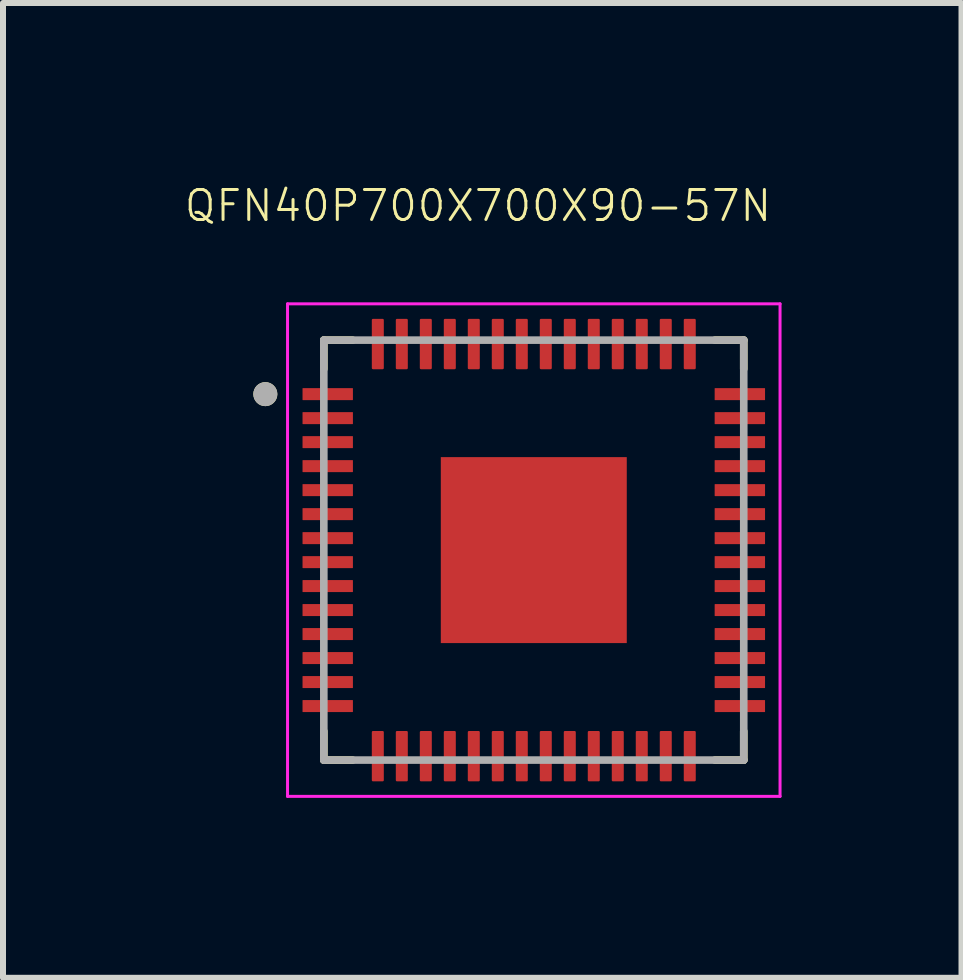
<source format=kicad_pcb>
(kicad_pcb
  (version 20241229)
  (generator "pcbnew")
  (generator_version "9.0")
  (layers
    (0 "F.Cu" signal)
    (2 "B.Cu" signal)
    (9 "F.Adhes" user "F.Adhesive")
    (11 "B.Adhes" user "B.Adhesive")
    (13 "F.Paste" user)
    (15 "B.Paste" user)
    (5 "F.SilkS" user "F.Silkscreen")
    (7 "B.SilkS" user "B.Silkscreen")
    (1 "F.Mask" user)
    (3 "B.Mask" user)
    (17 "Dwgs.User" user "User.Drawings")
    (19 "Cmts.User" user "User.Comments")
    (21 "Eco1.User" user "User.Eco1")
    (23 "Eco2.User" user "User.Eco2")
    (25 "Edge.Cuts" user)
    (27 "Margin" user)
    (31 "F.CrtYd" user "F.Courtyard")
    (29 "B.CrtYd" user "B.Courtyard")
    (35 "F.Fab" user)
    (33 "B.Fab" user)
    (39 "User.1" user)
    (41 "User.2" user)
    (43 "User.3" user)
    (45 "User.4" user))
  (footprint "QFN40P700X700X90-57N"
    (layer "F.Cu")
    (at 5.848 6.12)
    (property "Reference" "QFN40P700X700X90-57N" (at -0.93 -5.74 0) (layer "F.SilkS") (effects (font (size 0.5 0.5) (thickness 0.05))))
    (attr smd)
    (fp_line (start -3.5 -3.5) (end -3.5 -3.02) (stroke (width 0.127) (type solid)) (layer "F.SilkS"))
    (fp_line (start -3.5 -3.5) (end -3.02 -3.5) (stroke (width 0.127) (type solid)) (layer "F.SilkS"))
    (fp_line (start -3.5 3.5) (end -3.5 3.02) (stroke (width 0.127) (type solid)) (layer "F.SilkS"))
    (fp_line (start -3.5 3.5) (end -3.02 3.5) (stroke (width 0.127) (type solid)) (layer "F.SilkS"))
    (fp_line (start 3.5 -3.5) (end 3.02 -3.5) (stroke (width 0.127) (type solid)) (layer "F.SilkS"))
    (fp_line (start 3.5 -3.5) (end 3.5 -3.02) (stroke (width 0.127) (type solid)) (layer "F.SilkS"))
    (fp_line (start 3.5 3.5) (end 3.02 3.5) (stroke (width 0.127) (type solid)) (layer "F.SilkS"))
    (fp_line (start 3.5 3.5) (end 3.5 3.02) (stroke (width 0.127) (type solid)) (layer "F.SilkS"))
    (fp_circle (center -4.475 -2.6) (end -4.375 -2.6) (stroke (width 0.2) (type solid)) (fill no) (layer "F.SilkS"))
    (fp_poly (pts (xy -0.98 -0.98) (xy 0.98 -0.98) (xy 0.98 0.98) (xy -0.98 0.98)) (stroke (width 0.01) (type solid)) (fill yes) (layer "F.Paste"))
    (fp_line (start -4.105 -4.105) (end 4.105 -4.105) (stroke (width 0.05) (type solid)) (layer "F.CrtYd"))
    (fp_line (start -4.105 4.105) (end -4.105 -4.105) (stroke (width 0.05) (type solid)) (layer "F.CrtYd"))
    (fp_line (start -4.105 4.105) (end 4.105 4.105) (stroke (width 0.05) (type solid)) (layer "F.CrtYd"))
    (fp_line (start 4.105 4.105) (end 4.105 -4.105) (stroke (width 0.05) (type solid)) (layer "F.CrtYd"))
    (fp_line (start -3.5 3.5) (end -3.5 -3.5) (stroke (width 0.127) (type solid)) (layer "F.Fab"))
    (fp_line (start 3.5 -3.5) (end -3.5 -3.5) (stroke (width 0.127) (type solid)) (layer "F.Fab"))
    (fp_line (start 3.5 3.5) (end -3.5 3.5) (stroke (width 0.127) (type solid)) (layer "F.Fab"))
    (fp_line (start 3.5 3.5) (end 3.5 -3.5) (stroke (width 0.127) (type solid)) (layer "F.Fab"))
    (fp_circle (center -4.475 -2.6) (end -4.375 -2.6) (stroke (width 0.2) (type solid)) (fill no) (layer "F.Fab"))
    (pad "1" smd roundrect (at -3.435 -2.6) (size 0.84 0.2) (layers "F.Cu" "F.Mask" "F.Paste") (roundrect_rratio 0.03))
    (pad "2" smd roundrect (at -3.435 -2.2) (size 0.84 0.2) (layers "F.Cu" "F.Mask" "F.Paste") (roundrect_rratio 0.03))
    (pad "3" smd roundrect (at -3.435 -1.8) (size 0.84 0.2) (layers "F.Cu" "F.Mask" "F.Paste") (roundrect_rratio 0.03))
    (pad "4" smd roundrect (at -3.435 -1.4) (size 0.84 0.2) (layers "F.Cu" "F.Mask" "F.Paste") (roundrect_rratio 0.03))
    (pad "5" smd roundrect (at -3.435 -1) (size 0.84 0.2) (layers "F.Cu" "F.Mask" "F.Paste") (roundrect_rratio 0.03))
    (pad "6" smd roundrect (at -3.435 -0.6) (size 0.84 0.2) (layers "F.Cu" "F.Mask" "F.Paste") (roundrect_rratio 0.03))
    (pad "7" smd roundrect (at -3.435 -0.2) (size 0.84 0.2) (layers "F.Cu" "F.Mask" "F.Paste") (roundrect_rratio 0.03))
    (pad "8" smd roundrect (at -3.435 0.2) (size 0.84 0.2) (layers "F.Cu" "F.Mask" "F.Paste") (roundrect_rratio 0.03))
    (pad "9" smd roundrect (at -3.435 0.6) (size 0.84 0.2) (layers "F.Cu" "F.Mask" "F.Paste") (roundrect_rratio 0.03))
    (pad "10" smd roundrect (at -3.435 1) (size 0.84 0.2) (layers "F.Cu" "F.Mask" "F.Paste") (roundrect_rratio 0.03))
    (pad "11" smd roundrect (at -3.435 1.4) (size 0.84 0.2) (layers "F.Cu" "F.Mask" "F.Paste") (roundrect_rratio 0.03))
    (pad "12" smd roundrect (at -3.435 1.8) (size 0.84 0.2) (layers "F.Cu" "F.Mask" "F.Paste") (roundrect_rratio 0.03))
    (pad "13" smd roundrect (at -3.435 2.2) (size 0.84 0.2) (layers "F.Cu" "F.Mask" "F.Paste") (roundrect_rratio 0.03))
    (pad "14" smd roundrect (at -3.435 2.6) (size 0.84 0.2) (layers "F.Cu" "F.Mask" "F.Paste") (roundrect_rratio 0.03))
    (pad "15" smd roundrect (at -2.6 3.435) (size 0.2 0.84) (layers "F.Cu" "F.Mask" "F.Paste") (roundrect_rratio 0.1))
    (pad "16" smd roundrect (at -2.2 3.435) (size 0.2 0.84) (layers "F.Cu" "F.Mask" "F.Paste") (roundrect_rratio 0.1))
    (pad "17" smd roundrect (at -1.8 3.435) (size 0.2 0.84) (layers "F.Cu" "F.Mask" "F.Paste") (roundrect_rratio 0.1))
    (pad "18" smd roundrect (at -1.4 3.435) (size 0.2 0.84) (layers "F.Cu" "F.Mask" "F.Paste") (roundrect_rratio 0.1))
    (pad "19" smd roundrect (at -1 3.435) (size 0.2 0.84) (layers "F.Cu" "F.Mask" "F.Paste") (roundrect_rratio 0.1))
    (pad "20" smd roundrect (at -0.6 3.435) (size 0.2 0.84) (layers "F.Cu" "F.Mask" "F.Paste") (roundrect_rratio 0.1))
    (pad "21" smd roundrect (at -0.2 3.435) (size 0.2 0.84) (layers "F.Cu" "F.Mask" "F.Paste") (roundrect_rratio 0.1))
    (pad "22" smd roundrect (at 0.2 3.435) (size 0.2 0.84) (layers "F.Cu" "F.Mask" "F.Paste") (roundrect_rratio 0.1))
    (pad "23" smd roundrect (at 0.6 3.435) (size 0.2 0.84) (layers "F.Cu" "F.Mask" "F.Paste") (roundrect_rratio 0.1))
    (pad "24" smd roundrect (at 1 3.435) (size 0.2 0.84) (layers "F.Cu" "F.Mask" "F.Paste") (roundrect_rratio 0.1))
    (pad "25" smd roundrect (at 1.4 3.435) (size 0.2 0.84) (layers "F.Cu" "F.Mask" "F.Paste") (roundrect_rratio 0.1))
    (pad "26" smd roundrect (at 1.8 3.435) (size 0.2 0.84) (layers "F.Cu" "F.Mask" "F.Paste") (roundrect_rratio 0.1))
    (pad "27" smd roundrect (at 2.2 3.435) (size 0.2 0.84) (layers "F.Cu" "F.Mask" "F.Paste") (roundrect_rratio 0.1))
    (pad "28" smd roundrect (at 2.6 3.435) (size 0.2 0.84) (layers "F.Cu" "F.Mask" "F.Paste") (roundrect_rratio 0.1))
    (pad "29" smd roundrect (at 3.435 2.6) (size 0.84 0.2) (layers "F.Cu" "F.Mask" "F.Paste") (roundrect_rratio 0.03))
    (pad "30" smd roundrect (at 3.435 2.2) (size 0.84 0.2) (layers "F.Cu" "F.Mask" "F.Paste") (roundrect_rratio 0.03))
    (pad "31" smd roundrect (at 3.435 1.8) (size 0.84 0.2) (layers "F.Cu" "F.Mask" "F.Paste") (roundrect_rratio 0.03))
    (pad "32" smd roundrect (at 3.435 1.4) (size 0.84 0.2) (layers "F.Cu" "F.Mask" "F.Paste") (roundrect_rratio 0.03))
    (pad "33" smd roundrect (at 3.435 1) (size 0.84 0.2) (layers "F.Cu" "F.Mask" "F.Paste") (roundrect_rratio 0.03))
    (pad "34" smd roundrect (at 3.435 0.6) (size 0.84 0.2) (layers "F.Cu" "F.Mask" "F.Paste") (roundrect_rratio 0.03))
    (pad "35" smd roundrect (at 3.435 0.2) (size 0.84 0.2) (layers "F.Cu" "F.Mask" "F.Paste") (roundrect_rratio 0.03))
    (pad "36" smd roundrect (at 3.435 -0.2) (size 0.84 0.2) (layers "F.Cu" "F.Mask" "F.Paste") (roundrect_rratio 0.03))
    (pad "37" smd roundrect (at 3.435 -0.6) (size 0.84 0.2) (layers "F.Cu" "F.Mask" "F.Paste") (roundrect_rratio 0.03))
    (pad "38" smd roundrect (at 3.435 -1) (size 0.84 0.2) (layers "F.Cu" "F.Mask" "F.Paste") (roundrect_rratio 0.03))
    (pad "39" smd roundrect (at 3.435 -1.4) (size 0.84 0.2) (layers "F.Cu" "F.Mask" "F.Paste") (roundrect_rratio 0.03))
    (pad "40" smd roundrect (at 3.435 -1.8) (size 0.84 0.2) (layers "F.Cu" "F.Mask" "F.Paste") (roundrect_rratio 0.03))
    (pad "41" smd roundrect (at 3.435 -2.2) (size 0.84 0.2) (layers "F.Cu" "F.Mask" "F.Paste") (roundrect_rratio 0.03))
    (pad "42" smd roundrect (at 3.435 -2.6) (size 0.84 0.2) (layers "F.Cu" "F.Mask" "F.Paste") (roundrect_rratio 0.03))
    (pad "43" smd roundrect (at 2.6 -3.435) (size 0.2 0.84) (layers "F.Cu" "F.Mask" "F.Paste") (roundrect_rratio 0.1))
    (pad "44" smd roundrect (at 2.2 -3.435) (size 0.2 0.84) (layers "F.Cu" "F.Mask" "F.Paste") (roundrect_rratio 0.1))
    (pad "45" smd roundrect (at 1.8 -3.435) (size 0.2 0.84) (layers "F.Cu" "F.Mask" "F.Paste") (roundrect_rratio 0.1))
    (pad "46" smd roundrect (at 1.4 -3.435) (size 0.2 0.84) (layers "F.Cu" "F.Mask" "F.Paste") (roundrect_rratio 0.1))
    (pad "47" smd roundrect (at 1 -3.435) (size 0.2 0.84) (layers "F.Cu" "F.Mask" "F.Paste") (roundrect_rratio 0.1))
    (pad "48" smd roundrect (at 0.6 -3.435) (size 0.2 0.84) (layers "F.Cu" "F.Mask" "F.Paste") (roundrect_rratio 0.1))
    (pad "49" smd roundrect (at 0.2 -3.435) (size 0.2 0.84) (layers "F.Cu" "F.Mask" "F.Paste") (roundrect_rratio 0.1))
    (pad "50" smd roundrect (at -0.2 -3.435) (size 0.2 0.84) (layers "F.Cu" "F.Mask" "F.Paste") (roundrect_rratio 0.1))
    (pad "51" smd roundrect (at -0.6 -3.435) (size 0.2 0.84) (layers "F.Cu" "F.Mask" "F.Paste") (roundrect_rratio 0.1))
    (pad "52" smd roundrect (at -1 -3.435) (size 0.2 0.84) (layers "F.Cu" "F.Mask" "F.Paste") (roundrect_rratio 0.1))
    (pad "53" smd roundrect (at -1.4 -3.435) (size 0.2 0.84) (layers "F.Cu" "F.Mask" "F.Paste") (roundrect_rratio 0.1))
    (pad "54" smd roundrect (at -1.8 -3.435) (size 0.2 0.84) (layers "F.Cu" "F.Mask" "F.Paste") (roundrect_rratio 0.1))
    (pad "55" smd roundrect (at -2.2 -3.435) (size 0.2 0.84) (layers "F.Cu" "F.Mask" "F.Paste") (roundrect_rratio 0.1))
    (pad "56" smd roundrect (at -2.6 -3.435) (size 0.2 0.84) (layers "F.Cu" "F.Mask" "F.Paste") (roundrect_rratio 0.1))
    (pad "57" smd rect (at 0 0) (size 3.1 3.1) (layers "F.Cu" "F.Mask")))
  (gr_rect
    (start -3 -3)
    (end 12.978 13.25)
    (stroke (width 0.1) (type default))
    (fill no)
    (layer "Edge.Cuts")))
</source>
